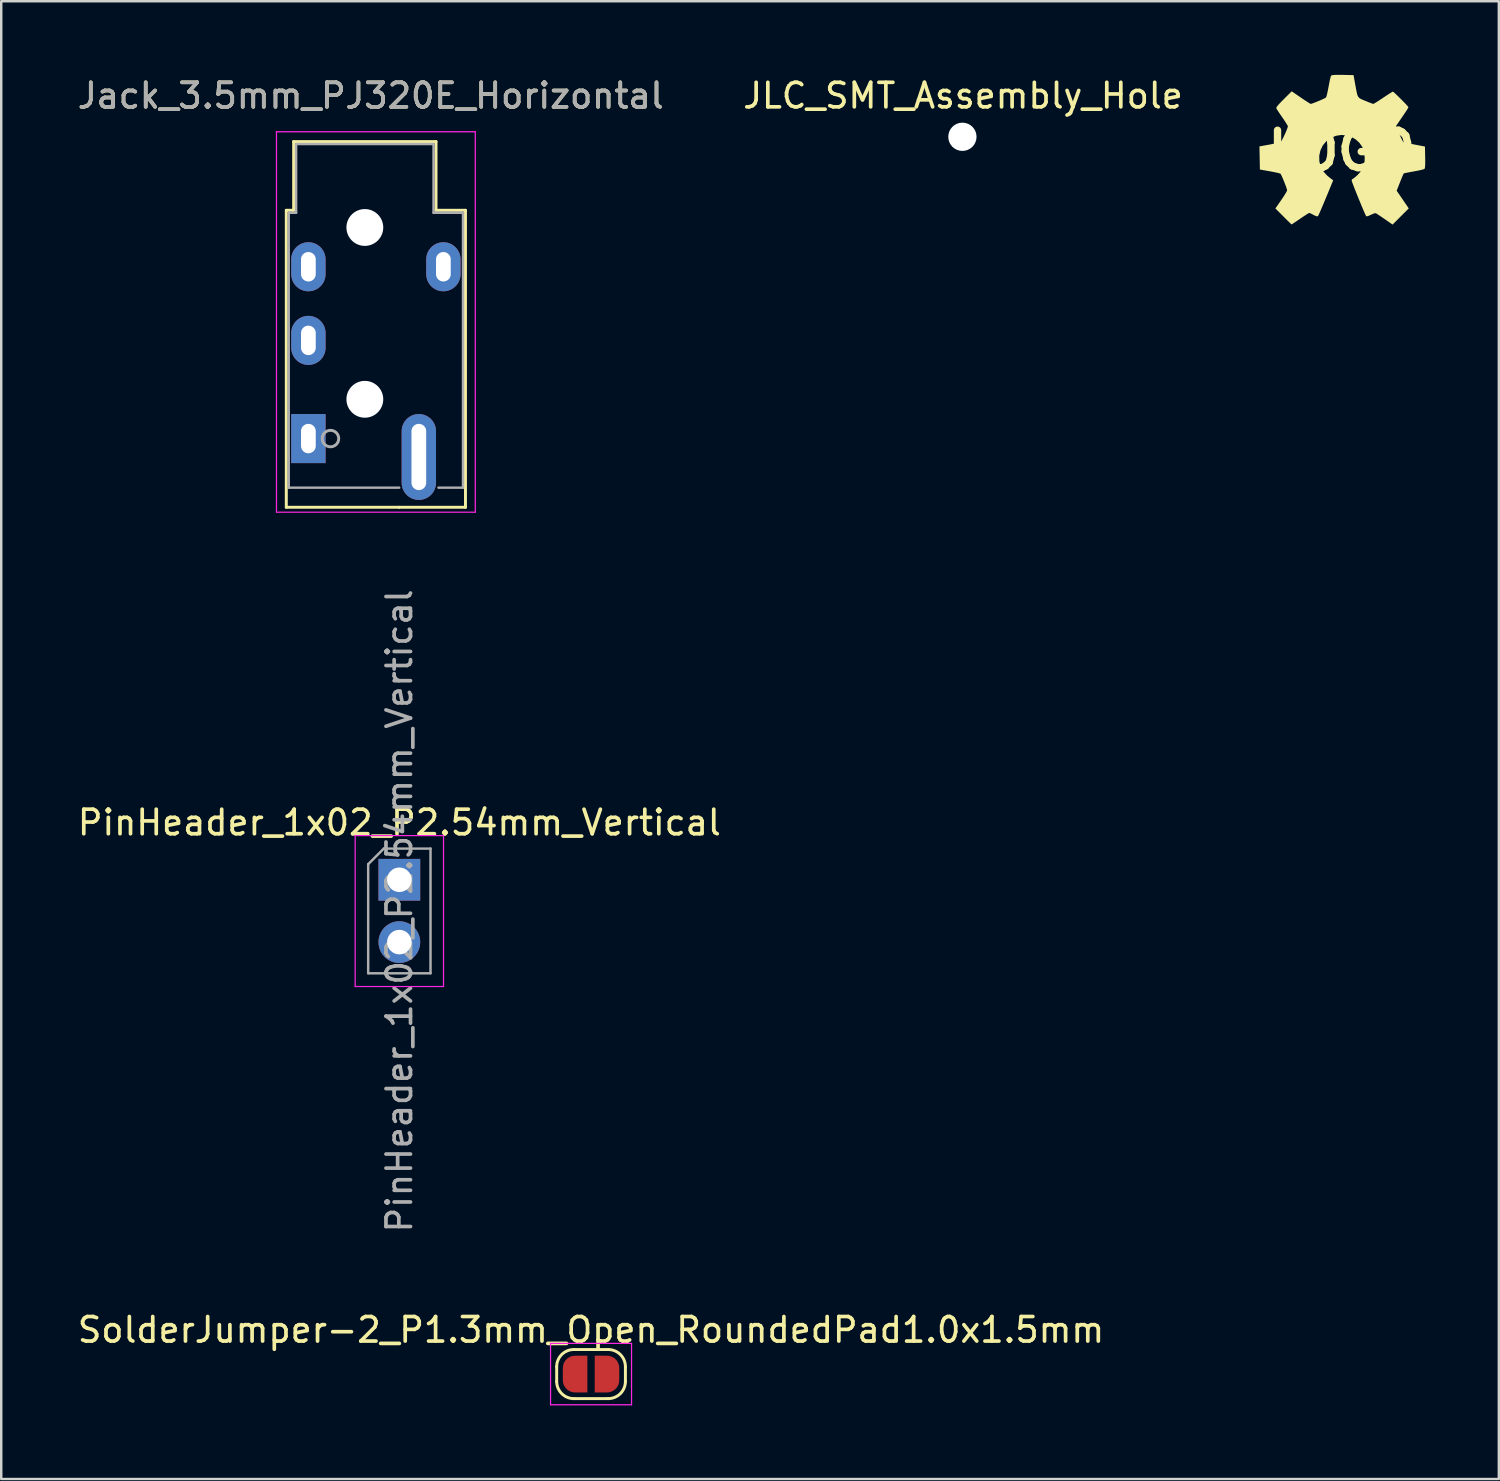
<source format=kicad_pcb>
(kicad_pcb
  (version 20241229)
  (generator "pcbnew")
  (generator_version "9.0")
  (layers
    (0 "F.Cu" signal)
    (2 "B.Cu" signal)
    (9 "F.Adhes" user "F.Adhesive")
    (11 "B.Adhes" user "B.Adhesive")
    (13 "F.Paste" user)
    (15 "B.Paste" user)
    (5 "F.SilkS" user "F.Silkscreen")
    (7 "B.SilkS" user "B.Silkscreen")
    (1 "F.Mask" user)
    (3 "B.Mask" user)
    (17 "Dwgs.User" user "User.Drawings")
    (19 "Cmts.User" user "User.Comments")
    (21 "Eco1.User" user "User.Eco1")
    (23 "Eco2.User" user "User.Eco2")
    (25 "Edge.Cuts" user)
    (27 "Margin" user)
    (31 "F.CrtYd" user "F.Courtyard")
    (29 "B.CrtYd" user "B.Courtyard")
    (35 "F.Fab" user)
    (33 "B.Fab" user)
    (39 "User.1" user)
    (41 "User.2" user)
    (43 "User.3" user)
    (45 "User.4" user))
  (footprint "SolderJumper-2_P1.3mm_Open_RoundedPad1.0x1.5mm"
    (layer "F.Cu")
    (at 21.03 52.932)
    (property "Reference" "SolderJumper-2_P1.3mm_Open_RoundedPad1.0x1.5mm" (at 0 -1.8 180) (layer "F.SilkS") (effects (font (size 1 1) (thickness 0.15))))
    (attr exclude_from_pos_files)
    (fp_line (start -1.4 0.3) (end -1.4 -0.3) (stroke (width 0.12) (type solid)) (layer "F.SilkS"))
    (fp_line (start -0.7 -1) (end 0.7 -1) (stroke (width 0.12) (type solid)) (layer "F.SilkS"))
    (fp_line (start 0.7 1) (end -0.7 1) (stroke (width 0.12) (type solid)) (layer "F.SilkS"))
    (fp_line (start 1.4 -0.3) (end 1.4 0.3) (stroke (width 0.12) (type solid)) (layer "F.SilkS"))
    (fp_arc (start -1.4 -0.3) (mid -1.194975 -0.794975) (end -0.7 -1) (stroke (width 0.12) (type solid)) (layer "F.SilkS"))
    (fp_arc (start -0.7 1) (mid -1.194975 0.794975) (end -1.4 0.3) (stroke (width 0.12) (type solid)) (layer "F.SilkS"))
    (fp_arc (start 0.7 -1) (mid 1.194975 -0.794975) (end 1.4 -0.3) (stroke (width 0.12) (type solid)) (layer "F.SilkS"))
    (fp_arc (start 1.4 0.3) (mid 1.194975 0.794975) (end 0.7 1) (stroke (width 0.12) (type solid)) (layer "F.SilkS"))
    (fp_line (start -1.65 -1.25) (end -1.65 1.25) (stroke (width 0.05) (type solid)) (layer "F.CrtYd"))
    (fp_line (start -1.65 -1.25) (end 1.65 -1.25) (stroke (width 0.05) (type solid)) (layer "F.CrtYd"))
    (fp_line (start 1.65 1.25) (end -1.65 1.25) (stroke (width 0.05) (type solid)) (layer "F.CrtYd"))
    (fp_line (start 1.65 1.25) (end 1.65 -1.25) (stroke (width 0.05) (type solid)) (layer "F.CrtYd"))
    (pad "1" smd custom (at -0.65 0) (size 1 0.5) (layers "F.Cu" "F.Mask") (options (anchor rect)) (primitives (gr_circle (center 0 0.25) (end 0.5 0.25) (width 0) (fill yes)) (gr_circle (center 0 -0.25) (end 0.5 -0.25) (width 0) (fill yes)) (gr_poly (pts (xy 0.5 0.75) (xy 0 0.75) (xy 0 -0.75) (xy 0.5 -0.75)) (width 0) (fill yes))))
    (pad "2" smd custom (at 0.65 0) (size 1 0.5) (layers "F.Cu" "F.Mask") (options (anchor rect)) (primitives (gr_circle (center 0 0.25) (end 0.5 0.25) (width 0) (fill yes)) (gr_circle (center 0 -0.25) (end 0.5 -0.25) (width 0) (fill yes)) (gr_poly (pts (xy 0 0.75) (xy -0.5 0.75) (xy -0.5 -0.75) (xy 0 -0.75)) (width 0) (fill yes)))))
  (footprint "PinHeader_1x02_P2.54mm_Vertical"
    (layer "F.Cu")
    (at 13.22 32.793)
    (property "Reference" "PinHeader_1x02_P2.54mm_Vertical" (at 0 -2.33 0) (layer "F.SilkS") (effects (font (size 1 1) (thickness 0.15))))
    (attr through_hole)
    (fp_line (start -1.8 -1.8) (end -1.8 4.35) (stroke (width 0.05) (type solid)) (layer "F.CrtYd"))
    (fp_line (start -1.8 4.35) (end 1.8 4.35) (stroke (width 0.05) (type solid)) (layer "F.CrtYd"))
    (fp_line (start 1.8 -1.8) (end -1.8 -1.8) (stroke (width 0.05) (type solid)) (layer "F.CrtYd"))
    (fp_line (start 1.8 4.35) (end 1.8 -1.8) (stroke (width 0.05) (type solid)) (layer "F.CrtYd"))
    (fp_line (start -1.27 -0.635) (end -0.635 -1.27) (stroke (width 0.1) (type solid)) (layer "F.Fab"))
    (fp_line (start -1.27 3.81) (end -1.27 -0.635) (stroke (width 0.1) (type solid)) (layer "F.Fab"))
    (fp_line (start -0.635 -1.27) (end 1.27 -1.27) (stroke (width 0.1) (type solid)) (layer "F.Fab"))
    (fp_line (start 1.27 -1.27) (end 1.27 3.81) (stroke (width 0.1) (type solid)) (layer "F.Fab"))
    (fp_line (start 1.27 3.81) (end -1.27 3.81) (stroke (width 0.1) (type solid)) (layer "F.Fab"))
    (fp_text user "${REFERENCE}" (at 0 1.27 90) (layer "F.Fab") (effects (font (size 1 1) (thickness 0.15))))
    (pad "1" thru_hole rect (at 0 0) (size 1.7 1.7) (drill 1) (layers "*.Cu" "*.Mask"))
    (pad "2" thru_hole oval (at 0 2.54) (size 1.7 1.7) (drill 1) (layers "*.Cu" "*.Mask")))
  (footprint "LOGO"
    (layer "F.Cu")
    (at 51.611 3.091)
    (property "Reference" "LOGO" (at 0 0 0) (layer "F.SilkS") (effects (font (size 1.524 1.524) (thickness 0.3))))
    (attr board_only exclude_from_pos_files exclude_from_bom)
    (fp_poly (pts (xy 0.043 -3.09) (xy 0.484 -3.081) (xy 0.555 -2.69) (xy 0.59 -2.5) (xy 0.617 -2.361) (xy 0.644 -2.262) (xy 0.678 -2.194) (xy 0.724 -2.145) (xy 0.789 -2.106) (xy 0.88 -2.066) (xy 0.967 -2.031) (xy 1.093 -1.979) (xy 1.199 -1.938) (xy 1.27 -1.913) (xy 1.291 -1.908) (xy 1.327 -1.925) (xy 1.404 -1.971) (xy 1.512 -2.04) (xy 1.641 -2.125) (xy 1.691 -2.158) (xy 1.825 -2.248) (xy 1.941 -2.323) (xy 2.029 -2.378) (xy 2.08 -2.406) (xy 2.086 -2.409) (xy 2.118 -2.388) (xy 2.182 -2.331) (xy 2.269 -2.248) (xy 2.369 -2.15) (xy 2.473 -2.046) (xy 2.57 -1.946) (xy 2.65 -1.861) (xy 2.704 -1.799) (xy 2.721 -1.772) (xy 2.705 -1.738) (xy 2.659 -1.663) (xy 2.589 -1.556) (xy 2.504 -1.428) (xy 2.467 -1.375) (xy 2.213 -1.003) (xy 2.348 -0.687) (xy 2.405 -0.558) (xy 2.457 -0.45) (xy 2.496 -0.377) (xy 2.514 -0.352) (xy 2.556 -0.34) (xy 2.646 -0.318) (xy 2.773 -0.291) (xy 2.925 -0.261) (xy 2.97 -0.252) (xy 3.394 -0.171) (xy 3.403 0.27) (xy 3.405 0.46) (xy 3.402 0.595) (xy 3.394 0.683) (xy 3.38 0.731) (xy 3.371 0.742) (xy 3.327 0.759) (xy 3.233 0.784) (xy 3.105 0.812) (xy 2.954 0.84) (xy 2.941 0.843) (xy 2.792 0.87) (xy 2.666 0.894) (xy 2.576 0.912) (xy 2.534 0.923) (xy 2.532 0.924) (xy 2.514 0.956) (xy 2.479 1.034) (xy 2.431 1.148) (xy 2.378 1.282) (xy 2.242 1.629) (xy 2.488 1.989) (xy 2.734 2.349) (xy 2.075 3.008) (xy 1.749 2.782) (xy 1.623 2.696) (xy 1.513 2.622) (xy 1.431 2.569) (xy 1.389 2.544) (xy 1.387 2.543) (xy 1.342 2.549) (xy 1.261 2.578) (xy 1.188 2.612) (xy 1.097 2.653) (xy 1.028 2.672) (xy 1.001 2.669) (xy 0.979 2.63) (xy 0.94 2.543) (xy 0.885 2.418) (xy 0.82 2.264) (xy 0.749 2.092) (xy 0.675 1.912) (xy 0.603 1.733) (xy 0.536 1.566) (xy 0.48 1.42) (xy 0.437 1.305) (xy 0.411 1.232) (xy 0.407 1.211) (xy 0.42 1.165) (xy 0.435 1.157) (xy 0.471 1.138) (xy 0.538 1.086) (xy 0.623 1.012) (xy 0.635 1.002) (xy 0.793 0.828) (xy 0.894 0.643) (xy 0.944 0.434) (xy 0.952 0.297) (xy 0.924 0.063) (xy 0.847 -0.144) (xy 0.727 -0.319) (xy 0.574 -0.46) (xy 0.394 -0.564) (xy 0.196 -0.625) (xy -0.013 -0.642) (xy -0.224 -0.611) (xy -0.43 -0.528) (xy -0.621 -0.392) (xy -0.766 -0.22) (xy -0.864 -0.017) (xy -0.913 0.204) (xy -0.909 0.431) (xy -0.851 0.651) (xy -0.831 0.696) (xy -0.728 0.864) (xy -0.58 1.022) (xy -0.43 1.142) (xy -0.344 1.204) (xy -0.641 1.922) (xy -0.724 2.121) (xy -0.8 2.301) (xy -0.866 2.454) (xy -0.919 2.572) (xy -0.954 2.646) (xy -0.967 2.669) (xy -1.013 2.672) (xy -1.098 2.64) (xy -1.143 2.616) (xy -1.231 2.57) (xy -1.297 2.54) (xy -1.32 2.534) (xy -1.355 2.551) (xy -1.431 2.597) (xy -1.537 2.666) (xy -1.663 2.75) (xy -1.689 2.768) (xy -1.816 2.855) (xy -1.923 2.927) (xy -2 2.979) (xy -2.038 3.002) (xy -2.04 3.003) (xy -2.064 2.982) (xy -2.125 2.924) (xy -2.213 2.838) (xy -2.322 2.73) (xy -2.374 2.677) (xy -2.699 2.352) (xy -2.46 2.006) (xy -2.371 1.875) (xy -2.298 1.759) (xy -2.246 1.67) (xy -2.222 1.618) (xy -2.221 1.613) (xy -2.233 1.563) (xy -2.263 1.473) (xy -2.306 1.357) (xy -2.356 1.231) (xy -2.406 1.11) (xy -2.451 1.011) (xy -2.483 0.949) (xy -2.491 0.938) (xy -2.53 0.922) (xy -2.619 0.899) (xy -2.745 0.872) (xy -2.895 0.843) (xy -2.925 0.838) (xy -3.331 0.766) (xy -3.349 -0.177) (xy -2.938 -0.251) (xy -2.771 -0.284) (xy -2.629 -0.317) (xy -2.526 -0.348) (xy -2.472 -0.373) (xy -2.472 -0.373) (xy -2.44 -0.42) (xy -2.392 -0.508) (xy -2.337 -0.621) (xy -2.282 -0.744) (xy -2.234 -0.858) (xy -2.201 -0.949) (xy -2.19 -0.997) (xy -2.207 -1.033) (xy -2.253 -1.11) (xy -2.321 -1.215) (xy -2.404 -1.339) (xy -2.409 -1.345) (xy -2.496 -1.472) (xy -2.572 -1.585) (xy -2.628 -1.67) (xy -2.657 -1.717) (xy -2.657 -1.717) (xy -2.662 -1.746) (xy -2.644 -1.787) (xy -2.599 -1.847) (xy -2.522 -1.933) (xy -2.405 -2.052) (xy -2.361 -2.097) (xy -2.035 -2.421) (xy -1.661 -2.165) (xy -1.527 -2.073) (xy -1.41 -1.997) (xy -1.32 -1.94) (xy -1.268 -1.911) (xy -1.26 -1.908) (xy -1.212 -1.92) (xy -1.124 -1.952) (xy -1.012 -1.996) (xy -0.891 -2.046) (xy -0.779 -2.096) (xy -0.69 -2.138) (xy -0.641 -2.166) (xy -0.638 -2.169) (xy -0.62 -2.212) (xy -0.595 -2.304) (xy -0.567 -2.432) (xy -0.537 -2.584) (xy -0.532 -2.612) (xy -0.503 -2.767) (xy -0.475 -2.901) (xy -0.45 -3.001) (xy -0.431 -3.055) (xy -0.429 -3.059) (xy -0.398 -3.075) (xy -0.33 -3.086) (xy -0.218 -3.091) (xy -0.055 -3.091)) (stroke (width 0) (type solid)) (fill yes) (layer "F.SilkS")))
  (footprint "Jack_3.5mm_PJ320E_Horizontal"
    (layer "F.Cu")
    (at 9.514 14.818)
    (property "Reference" "Jack_3.5mm_PJ320E_Horizontal" (at 2.54 -13.97 0) (layer "F.SilkS") (effects (font (size 1 1) (thickness 0.15))))
    (attr through_hole)
    (fp_line (start -0.9 -9.3) (end -0.9 2.8) (stroke (width 0.12) (type solid)) (layer "F.SilkS"))
    (fp_line (start -0.9 -9.3) (end -0.6 -9.3) (stroke (width 0.12) (type solid)) (layer "F.SilkS"))
    (fp_line (start -0.9 2.8) (end 3.7 2.8) (stroke (width 0.12) (type solid)) (layer "F.SilkS"))
    (fp_line (start -0.6 -9.3) (end -0.6 -12.1) (stroke (width 0.12) (type solid)) (layer "F.SilkS"))
    (fp_line (start 5.2 -12.1) (end -0.6 -12.1) (stroke (width 0.12) (type solid)) (layer "F.SilkS"))
    (fp_line (start 5.2 -9.3) (end 5.2 -12.1) (stroke (width 0.12) (type solid)) (layer "F.SilkS"))
    (fp_line (start 5.2 -9.3) (end 6.4 -9.3) (stroke (width 0.12) (type solid)) (layer "F.SilkS"))
    (fp_line (start 6.4 -9.3) (end 6.4 2.8) (stroke (width 0.12) (type solid)) (layer "F.SilkS"))
    (fp_line (start 6.4 2.8) (end 3.7 2.8) (stroke (width 0.12) (type solid)) (layer "F.SilkS"))
    (fp_line (start -1.3 -12.5) (end -1.3 3) (stroke (width 0.05) (type solid)) (layer "F.CrtYd"))
    (fp_line (start -1.3 -12.5) (end 6.8 -12.5) (stroke (width 0.05) (type solid)) (layer "F.CrtYd"))
    (fp_line (start -1.3 3) (end 6.8 3) (stroke (width 0.05) (type solid)) (layer "F.CrtYd"))
    (fp_line (start 6.8 -12.5) (end 6.8 3) (stroke (width 0.05) (type solid)) (layer "F.CrtYd"))
    (fp_line (start -0.8 -9.2) (end -0.5 -9.2) (stroke (width 0.1) (type solid)) (layer "F.Fab"))
    (fp_line (start -0.8 2) (end -0.8 -9.2) (stroke (width 0.1) (type solid)) (layer "F.Fab"))
    (fp_line (start -0.5 -12) (end 5.1 -12) (stroke (width 0.1) (type solid)) (layer "F.Fab"))
    (fp_line (start -0.5 -9.2) (end -0.5 -12) (stroke (width 0.1) (type solid)) (layer "F.Fab"))
    (fp_line (start 3.7 2) (end -0.8 2) (stroke (width 0.1) (type solid)) (layer "F.Fab"))
    (fp_line (start 5.1 -12) (end 5.1 -9.2) (stroke (width 0.1) (type solid)) (layer "F.Fab"))
    (fp_line (start 5.1 -9.2) (end 6.3 -9.2) (stroke (width 0.1) (type solid)) (layer "F.Fab"))
    (fp_line (start 6.3 -9.2) (end 6.3 2) (stroke (width 0.1) (type solid)) (layer "F.Fab"))
    (fp_line (start 6.3 2) (end 5.3 2) (stroke (width 0.1) (type solid)) (layer "F.Fab"))
    (fp_circle (center 0.9 0) (end 1.2 0.15) (stroke (width 0.12) (type solid)) (fill no) (layer "F.Fab"))
    (fp_text user "${REFERENCE}" (at 2.54 -13.97 0) (layer "F.Fab") (effects (font (size 1 1) (thickness 0.15))))
    (pad "" np_thru_hole oval (at 2.3 -8.6 270) (size 1.5 1.5) (drill oval 1.5) (layers "*.Cu" "*.Mask"))
    (pad "" np_thru_hole oval (at 2.3 -1.6 270) (size 1.5 1.5) (drill oval 1.5) (layers "*.Cu" "*.Mask"))
    (pad "" thru_hole oval (at 5.5 -7 270) (size 2 1.4) (drill oval 1.2 0.6) (layers "*.Cu" "*.Mask"))
    (pad "R1" thru_hole oval (at 0 -4 270) (size 2 1.4) (drill oval 1.2 0.6) (layers "*.Cu" "*.Mask"))
    (pad "R2" thru_hole oval (at 0 -7 270) (size 2 1.4) (drill oval 1.2 0.6) (layers "*.Cu" "*.Mask"))
    (pad "S" thru_hole oval (at 4.5 0.75 270) (size 3.5 1.4) (drill oval 2.7 0.6) (layers "*.Cu" "*.Mask"))
    (pad "T" thru_hole rect (at 0 0 270) (size 2 1.4) (drill oval 1.2 0.6) (layers "*.Cu" "*.Mask")))
  (footprint "JLC_SMT_Assembly_Hole"
    (layer "F.Cu")
    (at 36.185 0.348)
    (property "Reference" "JLC_SMT_Assembly_Hole" (at 0 0.5 0) (layer "F.SilkS") (effects (font (size 1 1) (thickness 0.15))))
    (attr through_hole)
    (pad "" np_thru_hole circle (at -0.025 2.175) (size 1.152 1.152) (drill 1.152) (layers "*.Cu" "*.Mask")))
  (gr_rect
    (start -3 -3)
    (end 58.015 57.207)
    (stroke (width 0.1) (type default))
    (fill no)
    (layer "Edge.Cuts")))
</source>
